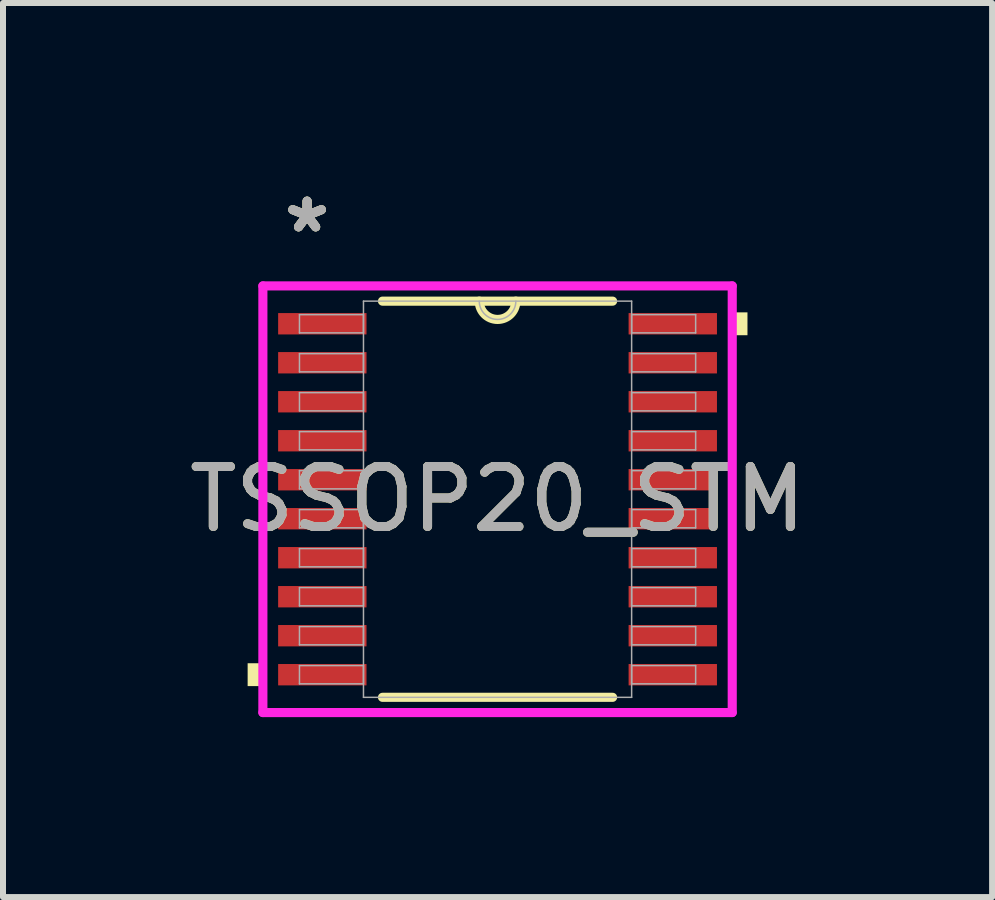
<source format=kicad_pcb>
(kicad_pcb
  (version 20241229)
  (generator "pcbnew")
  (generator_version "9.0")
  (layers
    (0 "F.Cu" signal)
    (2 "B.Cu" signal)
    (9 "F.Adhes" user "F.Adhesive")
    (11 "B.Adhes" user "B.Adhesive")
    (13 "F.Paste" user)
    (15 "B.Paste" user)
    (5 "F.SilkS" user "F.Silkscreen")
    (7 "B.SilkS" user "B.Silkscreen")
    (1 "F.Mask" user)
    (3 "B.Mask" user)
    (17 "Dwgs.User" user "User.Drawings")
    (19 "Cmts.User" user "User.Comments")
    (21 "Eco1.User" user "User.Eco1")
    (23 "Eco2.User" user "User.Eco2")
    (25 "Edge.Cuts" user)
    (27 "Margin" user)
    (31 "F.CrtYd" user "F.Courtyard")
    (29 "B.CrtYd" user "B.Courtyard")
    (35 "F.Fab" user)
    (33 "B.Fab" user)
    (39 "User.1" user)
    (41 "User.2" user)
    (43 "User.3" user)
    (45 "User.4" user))
  (footprint "TSSOP20_STM"
    (layer "F.Cu")
    (at 5.244 5.272)
    (property "Reference" "TSSOP20_STM" (at 0 0 0) (unlocked yes) (layer "F.SilkS") (effects (font (size 1 1) (thickness 0.15))))
    (attr smd)
    (fp_line (start -1.918 3.302) (end 1.918 3.302) (stroke (width 0.152) (type solid)) (layer "F.SilkS"))
    (fp_line (start 1.918 -3.302) (end -1.918 -3.302) (stroke (width 0.152) (type solid)) (layer "F.SilkS"))
    (fp_arc (start 0.3048 -3.302) (mid 0 -2.9972) (end -0.3048 -3.302) (stroke (width 0.1524) (type solid)) (layer "F.SilkS"))
    (fp_poly (pts (xy -4.166 2.734) (xy -4.166 3.115) (xy -3.912 3.115) (xy -3.912 2.734)) (stroke (width 0) (type solid)) (fill yes) (layer "F.SilkS"))
    (fp_poly (pts (xy 4.166 -3.115) (xy 4.166 -2.734) (xy 3.912 -2.734) (xy 3.912 -3.115)) (stroke (width 0) (type solid)) (fill yes) (layer "F.SilkS"))
    (fp_line (start -3.912 -3.556) (end 3.912 -3.556) (stroke (width 0.152) (type solid)) (layer "F.CrtYd"))
    (fp_line (start -3.912 3.556) (end -3.912 -3.556) (stroke (width 0.152) (type solid)) (layer "F.CrtYd"))
    (fp_line (start 3.912 -3.556) (end 3.912 3.556) (stroke (width 0.152) (type solid)) (layer "F.CrtYd"))
    (fp_line (start 3.912 3.556) (end -3.912 3.556) (stroke (width 0.152) (type solid)) (layer "F.CrtYd"))
    (fp_line (start -3.302 -3.077) (end -3.302 -2.773) (stroke (width 0.025) (type solid)) (layer "F.Fab"))
    (fp_line (start -3.302 -2.773) (end -2.235 -2.773) (stroke (width 0.025) (type solid)) (layer "F.Fab"))
    (fp_line (start -3.302 -2.427) (end -3.302 -2.123) (stroke (width 0.025) (type solid)) (layer "F.Fab"))
    (fp_line (start -3.302 -2.123) (end -2.235 -2.123) (stroke (width 0.025) (type solid)) (layer "F.Fab"))
    (fp_line (start -3.302 -1.777) (end -3.302 -1.473) (stroke (width 0.025) (type solid)) (layer "F.Fab"))
    (fp_line (start -3.302 -1.473) (end -2.235 -1.473) (stroke (width 0.025) (type solid)) (layer "F.Fab"))
    (fp_line (start -3.302 -1.127) (end -3.302 -0.823) (stroke (width 0.025) (type solid)) (layer "F.Fab"))
    (fp_line (start -3.302 -0.823) (end -2.235 -0.823) (stroke (width 0.025) (type solid)) (layer "F.Fab"))
    (fp_line (start -3.302 -0.477) (end -3.302 -0.173) (stroke (width 0.025) (type solid)) (layer "F.Fab"))
    (fp_line (start -3.302 -0.173) (end -2.235 -0.173) (stroke (width 0.025) (type solid)) (layer "F.Fab"))
    (fp_line (start -3.302 0.173) (end -3.302 0.477) (stroke (width 0.025) (type solid)) (layer "F.Fab"))
    (fp_line (start -3.302 0.477) (end -2.235 0.477) (stroke (width 0.025) (type solid)) (layer "F.Fab"))
    (fp_line (start -3.302 0.823) (end -3.302 1.127) (stroke (width 0.025) (type solid)) (layer "F.Fab"))
    (fp_line (start -3.302 1.127) (end -2.235 1.127) (stroke (width 0.025) (type solid)) (layer "F.Fab"))
    (fp_line (start -3.302 1.473) (end -3.302 1.777) (stroke (width 0.025) (type solid)) (layer "F.Fab"))
    (fp_line (start -3.302 1.777) (end -2.235 1.777) (stroke (width 0.025) (type solid)) (layer "F.Fab"))
    (fp_line (start -3.302 2.123) (end -3.302 2.427) (stroke (width 0.025) (type solid)) (layer "F.Fab"))
    (fp_line (start -3.302 2.427) (end -2.235 2.427) (stroke (width 0.025) (type solid)) (layer "F.Fab"))
    (fp_line (start -3.302 2.773) (end -3.302 3.077) (stroke (width 0.025) (type solid)) (layer "F.Fab"))
    (fp_line (start -3.302 3.077) (end -2.235 3.077) (stroke (width 0.025) (type solid)) (layer "F.Fab"))
    (fp_line (start -2.235 -3.302) (end -2.235 3.302) (stroke (width 0.025) (type solid)) (layer "F.Fab"))
    (fp_line (start -2.235 -3.077) (end -3.302 -3.077) (stroke (width 0.025) (type solid)) (layer "F.Fab"))
    (fp_line (start -2.235 -2.773) (end -2.235 -3.077) (stroke (width 0.025) (type solid)) (layer "F.Fab"))
    (fp_line (start -2.235 -2.427) (end -3.302 -2.427) (stroke (width 0.025) (type solid)) (layer "F.Fab"))
    (fp_line (start -2.235 -2.123) (end -2.235 -2.427) (stroke (width 0.025) (type solid)) (layer "F.Fab"))
    (fp_line (start -2.235 -1.777) (end -3.302 -1.777) (stroke (width 0.025) (type solid)) (layer "F.Fab"))
    (fp_line (start -2.235 -1.473) (end -2.235 -1.777) (stroke (width 0.025) (type solid)) (layer "F.Fab"))
    (fp_line (start -2.235 -1.127) (end -3.302 -1.127) (stroke (width 0.025) (type solid)) (layer "F.Fab"))
    (fp_line (start -2.235 -0.823) (end -2.235 -1.127) (stroke (width 0.025) (type solid)) (layer "F.Fab"))
    (fp_line (start -2.235 -0.477) (end -3.302 -0.477) (stroke (width 0.025) (type solid)) (layer "F.Fab"))
    (fp_line (start -2.235 -0.173) (end -2.235 -0.477) (stroke (width 0.025) (type solid)) (layer "F.Fab"))
    (fp_line (start -2.235 0.173) (end -3.302 0.173) (stroke (width 0.025) (type solid)) (layer "F.Fab"))
    (fp_line (start -2.235 0.477) (end -2.235 0.173) (stroke (width 0.025) (type solid)) (layer "F.Fab"))
    (fp_line (start -2.235 0.823) (end -3.302 0.823) (stroke (width 0.025) (type solid)) (layer "F.Fab"))
    (fp_line (start -2.235 1.127) (end -2.235 0.823) (stroke (width 0.025) (type solid)) (layer "F.Fab"))
    (fp_line (start -2.235 1.473) (end -3.302 1.473) (stroke (width 0.025) (type solid)) (layer "F.Fab"))
    (fp_line (start -2.235 1.777) (end -2.235 1.473) (stroke (width 0.025) (type solid)) (layer "F.Fab"))
    (fp_line (start -2.235 2.123) (end -3.302 2.123) (stroke (width 0.025) (type solid)) (layer "F.Fab"))
    (fp_line (start -2.235 2.427) (end -2.235 2.123) (stroke (width 0.025) (type solid)) (layer "F.Fab"))
    (fp_line (start -2.235 2.773) (end -3.302 2.773) (stroke (width 0.025) (type solid)) (layer "F.Fab"))
    (fp_line (start -2.235 3.077) (end -2.235 2.773) (stroke (width 0.025) (type solid)) (layer "F.Fab"))
    (fp_line (start -2.235 3.302) (end 2.235 3.302) (stroke (width 0.025) (type solid)) (layer "F.Fab"))
    (fp_line (start 2.235 -3.302) (end -2.235 -3.302) (stroke (width 0.025) (type solid)) (layer "F.Fab"))
    (fp_line (start 2.235 -3.077) (end 2.235 -2.773) (stroke (width 0.025) (type solid)) (layer "F.Fab"))
    (fp_line (start 2.235 -2.773) (end 3.302 -2.773) (stroke (width 0.025) (type solid)) (layer "F.Fab"))
    (fp_line (start 2.235 -2.427) (end 2.235 -2.123) (stroke (width 0.025) (type solid)) (layer "F.Fab"))
    (fp_line (start 2.235 -2.123) (end 3.302 -2.123) (stroke (width 0.025) (type solid)) (layer "F.Fab"))
    (fp_line (start 2.235 -1.777) (end 2.235 -1.473) (stroke (width 0.025) (type solid)) (layer "F.Fab"))
    (fp_line (start 2.235 -1.473) (end 3.302 -1.473) (stroke (width 0.025) (type solid)) (layer "F.Fab"))
    (fp_line (start 2.235 -1.127) (end 2.235 -0.823) (stroke (width 0.025) (type solid)) (layer "F.Fab"))
    (fp_line (start 2.235 -0.823) (end 3.302 -0.823) (stroke (width 0.025) (type solid)) (layer "F.Fab"))
    (fp_line (start 2.235 -0.477) (end 2.235 -0.173) (stroke (width 0.025) (type solid)) (layer "F.Fab"))
    (fp_line (start 2.235 -0.173) (end 3.302 -0.173) (stroke (width 0.025) (type solid)) (layer "F.Fab"))
    (fp_line (start 2.235 0.173) (end 2.235 0.477) (stroke (width 0.025) (type solid)) (layer "F.Fab"))
    (fp_line (start 2.235 0.477) (end 3.302 0.477) (stroke (width 0.025) (type solid)) (layer "F.Fab"))
    (fp_line (start 2.235 0.823) (end 2.235 1.127) (stroke (width 0.025) (type solid)) (layer "F.Fab"))
    (fp_line (start 2.235 1.127) (end 3.302 1.127) (stroke (width 0.025) (type solid)) (layer "F.Fab"))
    (fp_line (start 2.235 1.473) (end 2.235 1.777) (stroke (width 0.025) (type solid)) (layer "F.Fab"))
    (fp_line (start 2.235 1.777) (end 3.302 1.777) (stroke (width 0.025) (type solid)) (layer "F.Fab"))
    (fp_line (start 2.235 2.123) (end 2.235 2.427) (stroke (width 0.025) (type solid)) (layer "F.Fab"))
    (fp_line (start 2.235 2.427) (end 3.302 2.427) (stroke (width 0.025) (type solid)) (layer "F.Fab"))
    (fp_line (start 2.235 2.773) (end 2.235 3.077) (stroke (width 0.025) (type solid)) (layer "F.Fab"))
    (fp_line (start 2.235 3.077) (end 3.302 3.077) (stroke (width 0.025) (type solid)) (layer "F.Fab"))
    (fp_line (start 2.235 3.302) (end 2.235 -3.302) (stroke (width 0.025) (type solid)) (layer "F.Fab"))
    (fp_line (start 3.302 -3.077) (end 2.235 -3.077) (stroke (width 0.025) (type solid)) (layer "F.Fab"))
    (fp_line (start 3.302 -2.773) (end 3.302 -3.077) (stroke (width 0.025) (type solid)) (layer "F.Fab"))
    (fp_line (start 3.302 -2.427) (end 2.235 -2.427) (stroke (width 0.025) (type solid)) (layer "F.Fab"))
    (fp_line (start 3.302 -2.123) (end 3.302 -2.427) (stroke (width 0.025) (type solid)) (layer "F.Fab"))
    (fp_line (start 3.302 -1.777) (end 2.235 -1.777) (stroke (width 0.025) (type solid)) (layer "F.Fab"))
    (fp_line (start 3.302 -1.473) (end 3.302 -1.777) (stroke (width 0.025) (type solid)) (layer "F.Fab"))
    (fp_line (start 3.302 -1.127) (end 2.235 -1.127) (stroke (width 0.025) (type solid)) (layer "F.Fab"))
    (fp_line (start 3.302 -0.823) (end 3.302 -1.127) (stroke (width 0.025) (type solid)) (layer "F.Fab"))
    (fp_line (start 3.302 -0.477) (end 2.235 -0.477) (stroke (width 0.025) (type solid)) (layer "F.Fab"))
    (fp_line (start 3.302 -0.173) (end 3.302 -0.477) (stroke (width 0.025) (type solid)) (layer "F.Fab"))
    (fp_line (start 3.302 0.173) (end 2.235 0.173) (stroke (width 0.025) (type solid)) (layer "F.Fab"))
    (fp_line (start 3.302 0.477) (end 3.302 0.173) (stroke (width 0.025) (type solid)) (layer "F.Fab"))
    (fp_line (start 3.302 0.823) (end 2.235 0.823) (stroke (width 0.025) (type solid)) (layer "F.Fab"))
    (fp_line (start 3.302 1.127) (end 3.302 0.823) (stroke (width 0.025) (type solid)) (layer "F.Fab"))
    (fp_line (start 3.302 1.473) (end 2.235 1.473) (stroke (width 0.025) (type solid)) (layer "F.Fab"))
    (fp_line (start 3.302 1.777) (end 3.302 1.473) (stroke (width 0.025) (type solid)) (layer "F.Fab"))
    (fp_line (start 3.302 2.123) (end 2.235 2.123) (stroke (width 0.025) (type solid)) (layer "F.Fab"))
    (fp_line (start 3.302 2.427) (end 3.302 2.123) (stroke (width 0.025) (type solid)) (layer "F.Fab"))
    (fp_line (start 3.302 2.773) (end 2.235 2.773) (stroke (width 0.025) (type solid)) (layer "F.Fab"))
    (fp_line (start 3.302 3.077) (end 3.302 2.773) (stroke (width 0.025) (type solid)) (layer "F.Fab"))
    (fp_arc (start 0.3048 -3.302) (mid 0 -2.9972) (end -0.3048 -3.302) (stroke (width 0.0254) (type solid)) (layer "F.Fab"))
    (fp_text user "*" (at -3.175 -4.424 0) (unlocked yes) (layer "F.SilkS") (effects (font (size 1 1) (thickness 0.15))))
    (fp_text user "*" (at -3.175 -4.424 0) (layer "F.SilkS") (effects (font (size 1 1) (thickness 0.15))))
    (fp_text user "${REFERENCE}" (at 0 0 0) (unlocked yes) (layer "F.Fab") (effects (font (size 1 1) (thickness 0.15))))
    (fp_text user "*" (at -3.175 -4.424 0) (layer "F.Fab") (effects (font (size 1 1) (thickness 0.15))))
    (fp_text user "*" (at -3.175 -4.424 0) (unlocked yes) (layer "F.Fab") (effects (font (size 1 1) (thickness 0.15))))
    (pad "1" smd rect (at -2.921 -2.925) (size 1.473 0.356) (layers "F.Cu" "F.Mask" "F.Paste"))
    (pad "2" smd rect (at -2.921 -2.275) (size 1.473 0.356) (layers "F.Cu" "F.Mask" "F.Paste"))
    (pad "3" smd rect (at -2.921 -1.625) (size 1.473 0.356) (layers "F.Cu" "F.Mask" "F.Paste"))
    (pad "4" smd rect (at -2.921 -0.975) (size 1.473 0.356) (layers "F.Cu" "F.Mask" "F.Paste"))
    (pad "5" smd rect (at -2.921 -0.325) (size 1.473 0.356) (layers "F.Cu" "F.Mask" "F.Paste"))
    (pad "6" smd rect (at -2.921 0.325) (size 1.473 0.356) (layers "F.Cu" "F.Mask" "F.Paste"))
    (pad "7" smd rect (at -2.921 0.975) (size 1.473 0.356) (layers "F.Cu" "F.Mask" "F.Paste"))
    (pad "8" smd rect (at -2.921 1.625) (size 1.473 0.356) (layers "F.Cu" "F.Mask" "F.Paste"))
    (pad "9" smd rect (at -2.921 2.275) (size 1.473 0.356) (layers "F.Cu" "F.Mask" "F.Paste"))
    (pad "10" smd rect (at -2.921 2.925) (size 1.473 0.356) (layers "F.Cu" "F.Mask" "F.Paste"))
    (pad "11" smd rect (at 2.921 2.925) (size 1.473 0.356) (layers "F.Cu" "F.Mask" "F.Paste"))
    (pad "12" smd rect (at 2.921 2.275) (size 1.473 0.356) (layers "F.Cu" "F.Mask" "F.Paste"))
    (pad "13" smd rect (at 2.921 1.625) (size 1.473 0.356) (layers "F.Cu" "F.Mask" "F.Paste"))
    (pad "14" smd rect (at 2.921 0.975) (size 1.473 0.356) (layers "F.Cu" "F.Mask" "F.Paste"))
    (pad "15" smd rect (at 2.921 0.325) (size 1.473 0.356) (layers "F.Cu" "F.Mask" "F.Paste"))
    (pad "16" smd rect (at 2.921 -0.325) (size 1.473 0.356) (layers "F.Cu" "F.Mask" "F.Paste"))
    (pad "17" smd rect (at 2.921 -0.975) (size 1.473 0.356) (layers "F.Cu" "F.Mask" "F.Paste"))
    (pad "18" smd rect (at 2.921 -1.625) (size 1.473 0.356) (layers "F.Cu" "F.Mask" "F.Paste"))
    (pad "19" smd rect (at 2.921 -2.275) (size 1.473 0.356) (layers "F.Cu" "F.Mask" "F.Paste"))
    (pad "20" smd rect (at 2.921 -2.925) (size 1.473 0.356) (layers "F.Cu" "F.Mask" "F.Paste")))
  (gr_rect
    (start -3 -3)
    (end 13.488 11.904)
    (stroke (width 0.1) (type default))
    (fill no)
    (layer "Edge.Cuts")))
</source>
